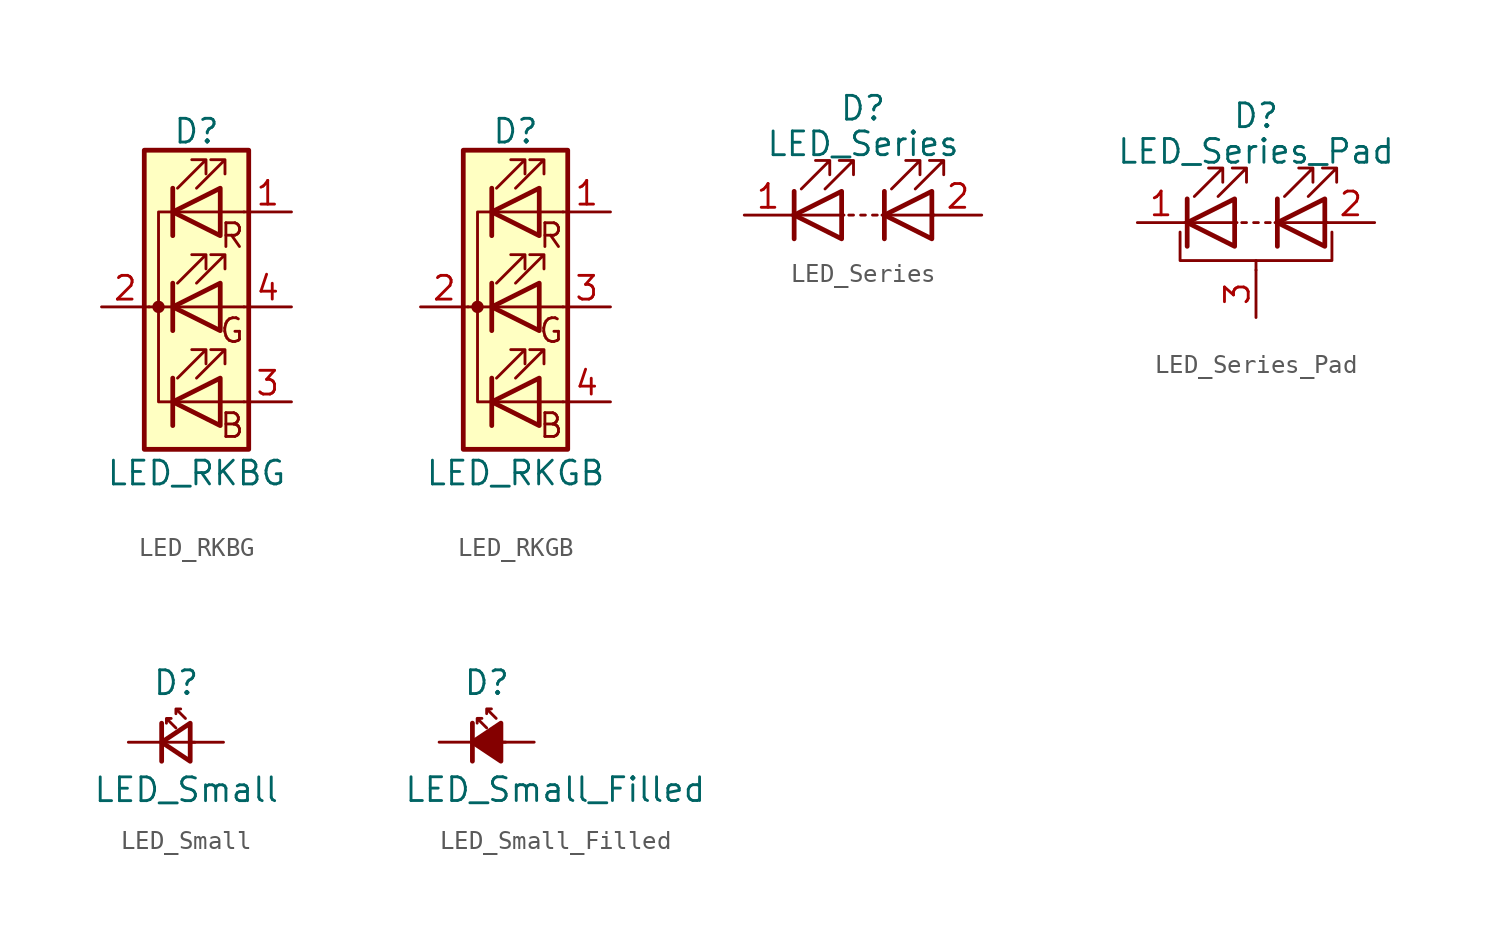
<source format=kicad_sym>
(kicad_symbol_lib
  (version 20241209)
  (generator "kicad_symbol_editor")
  (generator_version "9.0")
  (symbol "LED_RKBG"
    (pin_names
      (offset 0)
      (hide yes))
    (property "Reference" "D"
      (at 0 9.398 0)
      (effects (font (size 1.27 1.27))))
    (property "Value" "LED_RKBG"
      (at 0 -8.89 0)
      (effects (font (size 1.27 1.27))))
    (symbol "LED_RKBG_0_0"
      (text "R" (at 1.905 3.81 0) (effects (font (size 1.27 1.27))))
      (text "G" (at 1.905 -1.27 0) (effects (font (size 1.27 1.27))))
      (text "B" (at 1.905 -6.35 0) (effects (font (size 1.27 1.27)))))
    (symbol "LED_RKBG_0_1"
      (circle (center -2.032 0) (radius 0.254) (stroke (width 0) (type solid)) (fill (type outline)))
      (polyline (pts (xy -1.27 6.35) (xy -1.27 3.81)) (stroke (width 0.254) (type solid)) (fill (type none)))
      (polyline (pts (xy -1.27 6.35) (xy -1.27 3.81) (xy -1.27 3.81)) (stroke (width 0) (type solid)) (fill (type none)))
      (polyline (pts (xy -1.27 5.08) (xy 1.27 5.08)) (stroke (width 0) (type solid)) (fill (type none)))
      (polyline (pts (xy -1.27 5.08) (xy -2.032 5.08) (xy -2.032 -5.08) (xy -1.016 -5.08)) (stroke (width 0) (type solid)) (fill (type none)))
      (polyline (pts (xy -1.27 1.27) (xy -1.27 -1.27)) (stroke (width 0.254) (type solid)) (fill (type none)))
      (polyline (pts (xy -1.27 1.27) (xy -1.27 -1.27) (xy -1.27 -1.27)) (stroke (width 0) (type solid)) (fill (type none)))
      (polyline (pts (xy -1.27 0) (xy -2.54 0)) (stroke (width 0) (type solid)) (fill (type none)))
      (polyline (pts (xy -1.27 -3.81) (xy -1.27 -6.35)) (stroke (width 0.254) (type solid)) (fill (type none)))
      (polyline (pts (xy -1.27 -5.08) (xy 1.27 -5.08)) (stroke (width 0) (type solid)) (fill (type none)))
      (polyline (pts (xy -1.016 6.35) (xy 0.508 7.874) (xy -0.254 7.874) (xy 0.508 7.874) (xy 0.508 7.112)) (stroke (width 0) (type solid)) (fill (type none)))
      (polyline (pts (xy -1.016 1.27) (xy 0.508 2.794) (xy -0.254 2.794) (xy 0.508 2.794) (xy 0.508 2.032)) (stroke (width 0) (type solid)) (fill (type none)))
      (polyline (pts (xy -1.016 -3.81) (xy 0.508 -2.286) (xy -0.254 -2.286) (xy 0.508 -2.286) (xy 0.508 -3.048)) (stroke (width 0) (type solid)) (fill (type none)))
      (polyline (pts (xy 0 6.35) (xy 1.524 7.874) (xy 0.762 7.874) (xy 1.524 7.874) (xy 1.524 7.112)) (stroke (width 0) (type solid)) (fill (type none)))
      (polyline (pts (xy 0 1.27) (xy 1.524 2.794) (xy 0.762 2.794) (xy 1.524 2.794) (xy 1.524 2.032)) (stroke (width 0) (type solid)) (fill (type none)))
      (polyline (pts (xy 0 -3.81) (xy 1.524 -2.286) (xy 0.762 -2.286) (xy 1.524 -2.286) (xy 1.524 -3.048)) (stroke (width 0) (type solid)) (fill (type none)))
      (polyline (pts (xy 1.27 6.35) (xy 1.27 3.81) (xy -1.27 5.08) (xy 1.27 6.35)) (stroke (width 0.254) (type solid)) (fill (type none)))
      (rectangle (start 1.27 6.35) (end 1.27 6.35) (stroke (width 0) (type solid)) (fill (type none)))
      (polyline (pts (xy 1.27 5.08) (xy 2.54 5.08)) (stroke (width 0) (type solid)) (fill (type none)))
      (rectangle (start 1.27 3.81) (end 1.27 6.35) (stroke (width 0) (type solid)) (fill (type none)))
      (polyline (pts (xy 1.27 1.27) (xy 1.27 -1.27) (xy -1.27 0) (xy 1.27 1.27)) (stroke (width 0.254) (type solid)) (fill (type none)))
      (rectangle (start 1.27 1.27) (end 1.27 1.27) (stroke (width 0) (type solid)) (fill (type none)))
      (polyline (pts (xy 1.27 0) (xy -1.27 0)) (stroke (width 0) (type solid)) (fill (type none)))
      (polyline (pts (xy 1.27 0) (xy 2.54 0)) (stroke (width 0) (type solid)) (fill (type none)))
      (rectangle (start 1.27 -1.27) (end 1.27 1.27) (stroke (width 0) (type solid)) (fill (type none)))
      (polyline (pts (xy 1.27 -3.81) (xy 1.27 -6.35) (xy -1.27 -5.08) (xy 1.27 -3.81)) (stroke (width 0.254) (type solid)) (fill (type none)))
      (polyline (pts (xy 1.27 -5.08) (xy 2.54 -5.08)) (stroke (width 0) (type solid)) (fill (type none)))
      (rectangle (start 2.794 8.382) (end -2.794 -7.62) (stroke (width 0.254) (type solid)) (fill (type background))))
    (symbol "LED_RKBG_1_1"
      (pin passive line (at -5.08 0 0) (length 2.54) (name "K" (effects (font (size 1.27 1.27)))) (number "2" (effects (font (size 1.27 1.27)))))
      (pin passive line (at 5.08 5.08 180) (length 2.54) (name "RA" (effects (font (size 1.27 1.27)))) (number "1" (effects (font (size 1.27 1.27)))))
      (pin passive line (at 5.08 0 180) (length 2.54) (name "GA" (effects (font (size 1.27 1.27)))) (number "4" (effects (font (size 1.27 1.27)))))
      (pin passive line (at 5.08 -5.08 180) (length 2.54) (name "BA" (effects (font (size 1.27 1.27)))) (number "3" (effects (font (size 1.27 1.27)))))))
  (symbol "LED_RKGB"
    (pin_names
      (offset 0)
      (hide yes))
    (property "Reference" "D"
      (at 0 9.398 0)
      (effects (font (size 1.27 1.27))))
    (property "Value" "LED_RKGB"
      (at 0 -8.89 0)
      (effects (font (size 1.27 1.27))))
    (symbol "LED_RKGB_0_0"
      (text "R" (at 1.905 3.81 0) (effects (font (size 1.27 1.27))))
      (text "G" (at 1.905 -1.27 0) (effects (font (size 1.27 1.27))))
      (text "B" (at 1.905 -6.35 0) (effects (font (size 1.27 1.27)))))
    (symbol "LED_RKGB_0_1"
      (circle (center -2.032 0) (radius 0.254) (stroke (width 0) (type solid)) (fill (type outline)))
      (polyline (pts (xy -1.27 6.35) (xy -1.27 3.81)) (stroke (width 0.254) (type solid)) (fill (type none)))
      (polyline (pts (xy -1.27 6.35) (xy -1.27 3.81) (xy -1.27 3.81)) (stroke (width 0) (type solid)) (fill (type none)))
      (polyline (pts (xy -1.27 5.08) (xy 1.27 5.08)) (stroke (width 0) (type solid)) (fill (type none)))
      (polyline (pts (xy -1.27 5.08) (xy -2.032 5.08) (xy -2.032 -5.08) (xy -1.016 -5.08)) (stroke (width 0) (type solid)) (fill (type none)))
      (polyline (pts (xy -1.27 1.27) (xy -1.27 -1.27)) (stroke (width 0.254) (type solid)) (fill (type none)))
      (polyline (pts (xy -1.27 1.27) (xy -1.27 -1.27) (xy -1.27 -1.27)) (stroke (width 0) (type solid)) (fill (type none)))
      (polyline (pts (xy -1.27 0) (xy -2.54 0)) (stroke (width 0) (type solid)) (fill (type none)))
      (polyline (pts (xy -1.27 -3.81) (xy -1.27 -6.35)) (stroke (width 0.254) (type solid)) (fill (type none)))
      (polyline (pts (xy -1.27 -5.08) (xy 1.27 -5.08)) (stroke (width 0) (type solid)) (fill (type none)))
      (polyline (pts (xy -1.016 6.35) (xy 0.508 7.874) (xy -0.254 7.874) (xy 0.508 7.874) (xy 0.508 7.112)) (stroke (width 0) (type solid)) (fill (type none)))
      (polyline (pts (xy -1.016 1.27) (xy 0.508 2.794) (xy -0.254 2.794) (xy 0.508 2.794) (xy 0.508 2.032)) (stroke (width 0) (type solid)) (fill (type none)))
      (polyline (pts (xy -1.016 -3.81) (xy 0.508 -2.286) (xy -0.254 -2.286) (xy 0.508 -2.286) (xy 0.508 -3.048)) (stroke (width 0) (type solid)) (fill (type none)))
      (polyline (pts (xy 0 6.35) (xy 1.524 7.874) (xy 0.762 7.874) (xy 1.524 7.874) (xy 1.524 7.112)) (stroke (width 0) (type solid)) (fill (type none)))
      (polyline (pts (xy 0 1.27) (xy 1.524 2.794) (xy 0.762 2.794) (xy 1.524 2.794) (xy 1.524 2.032)) (stroke (width 0) (type solid)) (fill (type none)))
      (polyline (pts (xy 0 -3.81) (xy 1.524 -2.286) (xy 0.762 -2.286) (xy 1.524 -2.286) (xy 1.524 -3.048)) (stroke (width 0) (type solid)) (fill (type none)))
      (polyline (pts (xy 1.27 6.35) (xy 1.27 3.81) (xy -1.27 5.08) (xy 1.27 6.35)) (stroke (width 0.254) (type solid)) (fill (type none)))
      (rectangle (start 1.27 6.35) (end 1.27 6.35) (stroke (width 0) (type solid)) (fill (type none)))
      (polyline (pts (xy 1.27 5.08) (xy 2.54 5.08)) (stroke (width 0) (type solid)) (fill (type none)))
      (rectangle (start 1.27 3.81) (end 1.27 6.35) (stroke (width 0) (type solid)) (fill (type none)))
      (polyline (pts (xy 1.27 1.27) (xy 1.27 -1.27) (xy -1.27 0) (xy 1.27 1.27)) (stroke (width 0.254) (type solid)) (fill (type none)))
      (rectangle (start 1.27 1.27) (end 1.27 1.27) (stroke (width 0) (type solid)) (fill (type none)))
      (polyline (pts (xy 1.27 0) (xy -1.27 0)) (stroke (width 0) (type solid)) (fill (type none)))
      (polyline (pts (xy 1.27 0) (xy 2.54 0)) (stroke (width 0) (type solid)) (fill (type none)))
      (rectangle (start 1.27 -1.27) (end 1.27 1.27) (stroke (width 0) (type solid)) (fill (type none)))
      (polyline (pts (xy 1.27 -3.81) (xy 1.27 -6.35) (xy -1.27 -5.08) (xy 1.27 -3.81)) (stroke (width 0.254) (type solid)) (fill (type none)))
      (polyline (pts (xy 1.27 -5.08) (xy 2.54 -5.08)) (stroke (width 0) (type solid)) (fill (type none)))
      (rectangle (start 2.794 8.382) (end -2.794 -7.62) (stroke (width 0.254) (type solid)) (fill (type background))))
    (symbol "LED_RKGB_1_1"
      (pin passive line (at -5.08 0 0) (length 2.54) (name "K" (effects (font (size 1.27 1.27)))) (number "2" (effects (font (size 1.27 1.27)))))
      (pin passive line (at 5.08 5.08 180) (length 2.54) (name "RA" (effects (font (size 1.27 1.27)))) (number "1" (effects (font (size 1.27 1.27)))))
      (pin passive line (at 5.08 0 180) (length 2.54) (name "GA" (effects (font (size 1.27 1.27)))) (number "3" (effects (font (size 1.27 1.27)))))
      (pin passive line (at 5.08 -5.08 180) (length 2.54) (name "BA" (effects (font (size 1.27 1.27)))) (number "4" (effects (font (size 1.27 1.27)))))))
  (symbol "LED_Series"
    (pin_names
      (offset 1.016)
      (hide yes))
    (property "Reference" "D"
      (at 0 5.715 0)
      (effects (font (size 1.27 1.27))))
    (property "Value" "LED_Series"
      (at 0 3.81 0)
      (effects (font (size 1.27 1.27))))
    (symbol "LED_Series_0_1"
      (polyline (pts (xy -3.81 0) (xy -1.016 0)) (stroke (width 0) (type solid)) (fill (type none)))
      (polyline (pts (xy -3.683 -1.27) (xy -3.683 1.27)) (stroke (width 0.254) (type solid)) (fill (type none)))
      (polyline (pts (xy -3.302 1.397) (xy -1.778 2.921) (xy -2.54 2.921) (xy -1.778 2.921) (xy -1.778 2.159)) (stroke (width 0) (type solid)) (fill (type none)))
      (polyline (pts (xy -2.032 1.397) (xy -0.508 2.921) (xy -1.27 2.921) (xy -0.508 2.921) (xy -0.508 2.159)) (stroke (width 0) (type solid)) (fill (type none)))
      (polyline (pts (xy -1.143 -1.27) (xy -1.143 1.27) (xy -3.683 0) (xy -1.143 -1.27)) (stroke (width 0.254) (type solid)) (fill (type none)))
      (polyline (pts (xy -0.508 0) (xy -0.762 0)) (stroke (width 0) (type solid)) (fill (type none)))
      (polyline (pts (xy 0.127 0) (xy -0.127 0)) (stroke (width 0) (type solid)) (fill (type none)))
      (polyline (pts (xy 0.508 0) (xy 0.762 0)) (stroke (width 0) (type solid)) (fill (type none)))
      (polyline (pts (xy 1.016 0) (xy 3.81 0)) (stroke (width 0) (type solid)) (fill (type none)))
      (polyline (pts (xy 1.143 -1.27) (xy 1.143 1.27)) (stroke (width 0.254) (type solid)) (fill (type none)))
      (polyline (pts (xy 1.524 1.397) (xy 3.048 2.921) (xy 2.286 2.921) (xy 3.048 2.921) (xy 3.048 2.159)) (stroke (width 0) (type solid)) (fill (type none)))
      (polyline (pts (xy 2.794 1.397) (xy 4.318 2.921) (xy 3.556 2.921) (xy 4.318 2.921) (xy 4.318 2.159)) (stroke (width 0) (type solid)) (fill (type none)))
      (polyline (pts (xy 3.683 -1.27) (xy 3.683 1.27) (xy 1.143 0) (xy 3.683 -1.27)) (stroke (width 0.254) (type solid)) (fill (type none))))
    (symbol "LED_Series_1_1"
      (pin passive line (at -6.35 0 0) (length 2.54) (name "K" (effects (font (size 1.27 1.27)))) (number "1" (effects (font (size 1.27 1.27)))))
      (pin passive line (at 6.35 0 180) (length 2.54) (name "A" (effects (font (size 1.27 1.27)))) (number "2" (effects (font (size 1.27 1.27)))))))
  (symbol "LED_Series_Pad"
    (pin_names
      (offset 1.016)
      (hide yes))
    (property "Reference" "D"
      (at 0 5.715 0)
      (effects (font (size 1.27 1.27))))
    (property "Value" "LED_Series_Pad"
      (at 0 3.81 0)
      (effects (font (size 1.27 1.27))))
    (symbol "LED_Series_Pad_0_1"
      (polyline (pts (xy -4.064 -0.508) (xy -4.064 -2.032) (xy 4.064 -2.032) (xy 4.064 -0.508)) (stroke (width 0) (type solid)) (fill (type none)))
      (polyline (pts (xy -3.81 0) (xy -1.016 0)) (stroke (width 0) (type solid)) (fill (type none)))
      (polyline (pts (xy -3.683 -1.27) (xy -3.683 1.27)) (stroke (width 0.254) (type solid)) (fill (type none)))
      (polyline (pts (xy -3.302 1.397) (xy -1.778 2.921) (xy -2.54 2.921) (xy -1.778 2.921) (xy -1.778 2.159)) (stroke (width 0) (type solid)) (fill (type none)))
      (polyline (pts (xy -2.032 1.397) (xy -0.508 2.921) (xy -1.27 2.921) (xy -0.508 2.921) (xy -0.508 2.159)) (stroke (width 0) (type solid)) (fill (type none)))
      (polyline (pts (xy -1.143 -1.27) (xy -1.143 1.27) (xy -3.683 0) (xy -1.143 -1.27)) (stroke (width 0.254) (type solid)) (fill (type none)))
      (polyline (pts (xy -0.508 0) (xy -0.762 0)) (stroke (width 0) (type solid)) (fill (type none)))
      (polyline (pts (xy 0 -2.54) (xy 0 -2.032)) (stroke (width 0) (type solid)) (fill (type none)))
      (polyline (pts (xy 0.127 0) (xy -0.127 0)) (stroke (width 0) (type solid)) (fill (type none)))
      (polyline (pts (xy 0.508 0) (xy 0.762 0)) (stroke (width 0) (type solid)) (fill (type none)))
      (polyline (pts (xy 1.016 0) (xy 3.81 0)) (stroke (width 0) (type solid)) (fill (type none)))
      (polyline (pts (xy 1.143 -1.27) (xy 1.143 1.27)) (stroke (width 0.254) (type solid)) (fill (type none)))
      (polyline (pts (xy 1.524 1.397) (xy 3.048 2.921) (xy 2.286 2.921) (xy 3.048 2.921) (xy 3.048 2.159)) (stroke (width 0) (type solid)) (fill (type none)))
      (polyline (pts (xy 2.794 1.397) (xy 4.318 2.921) (xy 3.556 2.921) (xy 4.318 2.921) (xy 4.318 2.159)) (stroke (width 0) (type solid)) (fill (type none)))
      (polyline (pts (xy 3.683 -1.27) (xy 3.683 1.27) (xy 1.143 0) (xy 3.683 -1.27)) (stroke (width 0.254) (type solid)) (fill (type none))))
    (symbol "LED_Series_Pad_1_1"
      (pin passive line (at -6.35 0 0) (length 2.54) (name "K" (effects (font (size 1.27 1.27)))) (number "1" (effects (font (size 1.27 1.27)))))
      (pin passive line (at 0 -5.08 90) (length 2.54) (name "PAD" (effects (font (size 1.27 1.27)))) (number "3" (effects (font (size 1.27 1.27)))))
      (pin passive line (at 6.35 0 180) (length 2.54) (name "A" (effects (font (size 1.27 1.27)))) (number "2" (effects (font (size 1.27 1.27)))))))
  (symbol "LED_Small"
    (pin_numbers
      (hide yes))
    (pin_names
      (offset 0.254)
      (hide yes))
    (property "Reference" "D"
      (at -1.27 3.175 0)
      (effects (font (size 1.27 1.27)) (justify left)))
    (property "Value" "LED_Small"
      (at -4.445 -2.54 0)
      (effects (font (size 1.27 1.27)) (justify left)))
    (symbol "LED_Small_0_1"
      (polyline (pts (xy -0.762 -1.016) (xy -0.762 1.016)) (stroke (width 0.254) (type solid)) (fill (type none)))
      (polyline (pts (xy 0 0.762) (xy -0.508 1.27) (xy -0.254 1.27) (xy -0.508 1.27) (xy -0.508 1.016)) (stroke (width 0) (type solid)) (fill (type none)))
      (polyline (pts (xy 0.508 1.27) (xy 0 1.778) (xy 0.254 1.778) (xy 0 1.778) (xy 0 1.524)) (stroke (width 0) (type solid)) (fill (type none)))
      (polyline (pts (xy 0.762 -1.016) (xy -0.762 0) (xy 0.762 1.016) (xy 0.762 -1.016)) (stroke (width 0.254) (type solid)) (fill (type none)))
      (polyline (pts (xy 1.016 0) (xy -0.762 0)) (stroke (width 0) (type solid)) (fill (type none))))
    (symbol "LED_Small_1_1"
      (pin passive line (at -2.54 0 0) (length 1.778) (name "K" (effects (font (size 1.27 1.27)))) (number "1" (effects (font (size 1.27 1.27)))))
      (pin passive line (at 2.54 0 180) (length 1.778) (name "A" (effects (font (size 1.27 1.27)))) (number "2" (effects (font (size 1.27 1.27)))))))
  (symbol "LED_Small_Filled"
    (pin_numbers
      (hide yes))
    (pin_names
      (offset 0.254)
      (hide yes))
    (property "Reference" "D"
      (at -1.27 3.175 0)
      (effects (font (size 1.27 1.27)) (justify left)))
    (property "Value" "LED_Small_Filled"
      (at -4.445 -2.54 0)
      (effects (font (size 1.27 1.27)) (justify left)))
    (symbol "LED_Small_Filled_0_1"
      (polyline (pts (xy -0.762 -1.016) (xy -0.762 1.016)) (stroke (width 0.254) (type solid)) (fill (type none)))
      (polyline (pts (xy 0 0.762) (xy -0.508 1.27) (xy -0.254 1.27) (xy -0.508 1.27) (xy -0.508 1.016)) (stroke (width 0) (type solid)) (fill (type none)))
      (polyline (pts (xy 0.508 1.27) (xy 0 1.778) (xy 0.254 1.778) (xy 0 1.778) (xy 0 1.524)) (stroke (width 0) (type solid)) (fill (type none)))
      (polyline (pts (xy 0.762 -1.016) (xy -0.762 0) (xy 0.762 1.016) (xy 0.762 -1.016)) (stroke (width 0.254) (type solid)) (fill (type outline)))
      (polyline (pts (xy 1.016 0) (xy -0.762 0)) (stroke (width 0) (type solid)) (fill (type none))))
    (symbol "LED_Small_Filled_1_1"
      (pin passive line (at -2.54 0 0) (length 1.778) (name "K" (effects (font (size 1.27 1.27)))) (number "1" (effects (font (size 1.27 1.27)))))
      (pin passive line (at 2.54 0 180) (length 1.778) (name "A" (effects (font (size 1.27 1.27)))) (number "2" (effects (font (size 1.27 1.27))))))))
</source>
